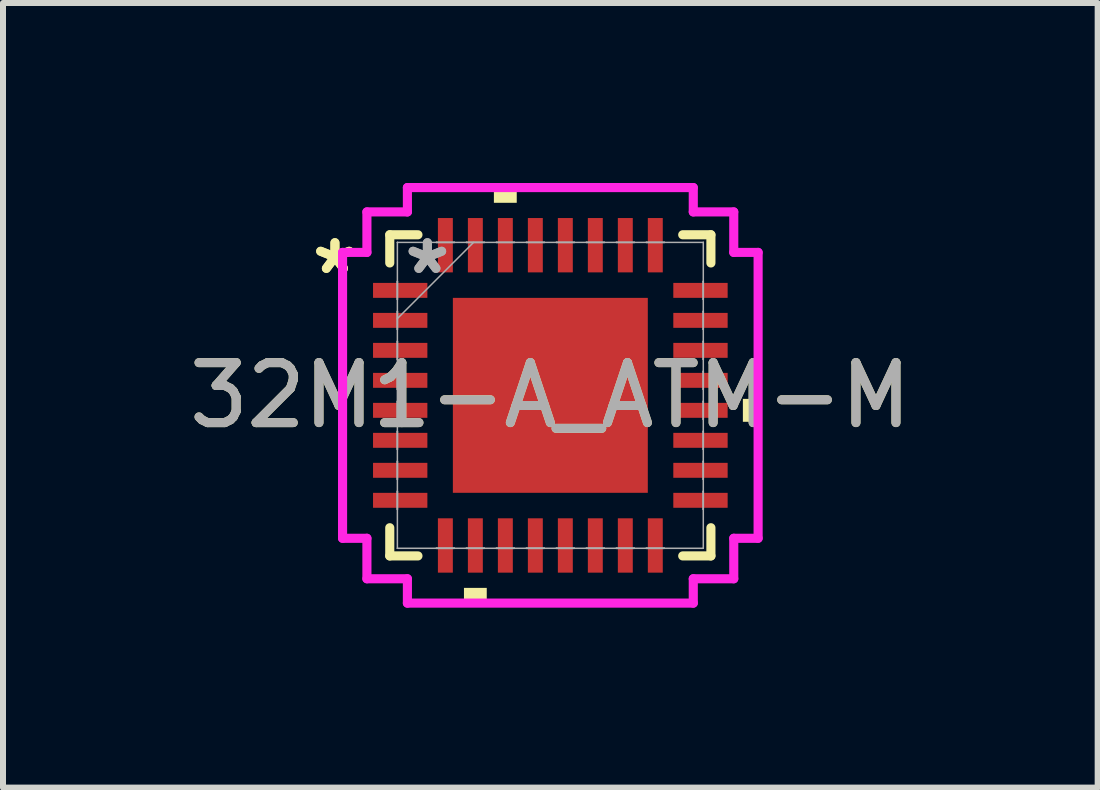
<source format=kicad_pcb>
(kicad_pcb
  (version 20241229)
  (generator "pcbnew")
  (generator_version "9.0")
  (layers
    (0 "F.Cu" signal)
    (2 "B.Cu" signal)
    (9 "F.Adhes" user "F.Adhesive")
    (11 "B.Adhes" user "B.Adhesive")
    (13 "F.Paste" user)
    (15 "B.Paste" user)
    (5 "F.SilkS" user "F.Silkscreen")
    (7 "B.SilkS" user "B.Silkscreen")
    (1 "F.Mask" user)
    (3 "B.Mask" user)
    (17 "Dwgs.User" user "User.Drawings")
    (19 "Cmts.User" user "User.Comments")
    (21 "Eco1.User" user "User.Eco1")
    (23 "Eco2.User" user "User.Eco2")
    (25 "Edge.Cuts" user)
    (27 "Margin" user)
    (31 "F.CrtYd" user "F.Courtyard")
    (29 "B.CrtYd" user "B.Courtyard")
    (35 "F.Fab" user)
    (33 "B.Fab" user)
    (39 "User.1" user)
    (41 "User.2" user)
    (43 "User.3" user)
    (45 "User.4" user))
  (footprint "32M1-A_ATM-M"
    (layer "F.Cu")
    (at 6.125 3.541)
    (property "Reference" "32M1-A_ATM-M" (at 0 0 0) (unlocked yes) (layer "F.SilkS") (effects (font (size 1 1) (thickness 0.15))))
    (attr smd)
    (fp_line (start -2.677 -2.677) (end -2.677 -2.207) (stroke (width 0.152) (type solid)) (layer "F.SilkS"))
    (fp_line (start -2.677 2.207) (end -2.677 2.677) (stroke (width 0.152) (type solid)) (layer "F.SilkS"))
    (fp_line (start -2.677 2.677) (end -2.207 2.677) (stroke (width 0.152) (type solid)) (layer "F.SilkS"))
    (fp_line (start -2.207 -2.677) (end -2.677 -2.677) (stroke (width 0.152) (type solid)) (layer "F.SilkS"))
    (fp_line (start 2.207 2.677) (end 2.677 2.677) (stroke (width 0.152) (type solid)) (layer "F.SilkS"))
    (fp_line (start 2.677 -2.677) (end 2.207 -2.677) (stroke (width 0.152) (type solid)) (layer "F.SilkS"))
    (fp_line (start 2.677 -2.207) (end 2.677 -2.677) (stroke (width 0.152) (type solid)) (layer "F.SilkS"))
    (fp_line (start 2.677 2.677) (end 2.677 2.207) (stroke (width 0.152) (type solid)) (layer "F.SilkS"))
    (fp_poly (pts (xy -1.44 3.21) (xy -1.44 3.464) (xy -1.06 3.464) (xy -1.06 3.21)) (stroke (width 0) (type solid)) (fill yes) (layer "F.SilkS"))
    (fp_poly (pts (xy -0.941 -3.21) (xy -0.941 -3.464) (xy -0.56 -3.464) (xy -0.56 -3.21)) (stroke (width 0) (type solid)) (fill yes) (layer "F.SilkS"))
    (fp_poly (pts (xy 3.464 0.059) (xy 3.464 0.441) (xy 3.21 0.441) (xy 3.21 0.059)) (stroke (width 0) (type solid)) (fill yes) (layer "F.SilkS"))
    (fp_poly (pts (xy -1.525 -1.525) (xy -1.525 -0.1) (xy -0.1 -0.1) (xy -0.1 -1.525)) (stroke (width 0) (type solid)) (fill yes) (layer "F.Paste"))
    (fp_poly (pts (xy -1.525 0.1) (xy -1.525 1.525) (xy -0.1 1.525) (xy -0.1 0.1)) (stroke (width 0) (type solid)) (fill yes) (layer "F.Paste"))
    (fp_poly (pts (xy 0.1 -1.525) (xy 0.1 -0.1) (xy 1.525 -0.1) (xy 1.525 -1.525)) (stroke (width 0) (type solid)) (fill yes) (layer "F.Paste"))
    (fp_poly (pts (xy 0.1 0.1) (xy 0.1 1.525) (xy 1.525 1.525) (xy 1.525 0.1)) (stroke (width 0) (type solid)) (fill yes) (layer "F.Paste"))
    (fp_line (start -3.464 -2.383) (end -3.058 -2.383) (stroke (width 0.152) (type solid)) (layer "F.CrtYd"))
    (fp_line (start -3.464 2.383) (end -3.464 -2.383) (stroke (width 0.152) (type solid)) (layer "F.CrtYd"))
    (fp_line (start -3.058 -3.058) (end -2.383 -3.058) (stroke (width 0.152) (type solid)) (layer "F.CrtYd"))
    (fp_line (start -3.058 -2.383) (end -3.058 -3.058) (stroke (width 0.152) (type solid)) (layer "F.CrtYd"))
    (fp_line (start -3.058 2.383) (end -3.464 2.383) (stroke (width 0.152) (type solid)) (layer "F.CrtYd"))
    (fp_line (start -3.058 3.058) (end -3.058 2.383) (stroke (width 0.152) (type solid)) (layer "F.CrtYd"))
    (fp_line (start -2.383 -3.464) (end 2.383 -3.464) (stroke (width 0.152) (type solid)) (layer "F.CrtYd"))
    (fp_line (start -2.383 -3.058) (end -2.383 -3.464) (stroke (width 0.152) (type solid)) (layer "F.CrtYd"))
    (fp_line (start -2.383 3.058) (end -3.058 3.058) (stroke (width 0.152) (type solid)) (layer "F.CrtYd"))
    (fp_line (start -2.383 3.464) (end -2.383 3.058) (stroke (width 0.152) (type solid)) (layer "F.CrtYd"))
    (fp_line (start 2.383 -3.464) (end 2.383 -3.058) (stroke (width 0.152) (type solid)) (layer "F.CrtYd"))
    (fp_line (start 2.383 -3.058) (end 3.058 -3.058) (stroke (width 0.152) (type solid)) (layer "F.CrtYd"))
    (fp_line (start 2.383 3.058) (end 2.383 3.464) (stroke (width 0.152) (type solid)) (layer "F.CrtYd"))
    (fp_line (start 2.383 3.464) (end -2.383 3.464) (stroke (width 0.152) (type solid)) (layer "F.CrtYd"))
    (fp_line (start 3.058 -3.058) (end 3.058 -2.383) (stroke (width 0.152) (type solid)) (layer "F.CrtYd"))
    (fp_line (start 3.058 -2.383) (end 3.464 -2.383) (stroke (width 0.152) (type solid)) (layer "F.CrtYd"))
    (fp_line (start 3.058 2.383) (end 3.058 3.058) (stroke (width 0.152) (type solid)) (layer "F.CrtYd"))
    (fp_line (start 3.058 3.058) (end 2.383 3.058) (stroke (width 0.152) (type solid)) (layer "F.CrtYd"))
    (fp_line (start 3.464 -2.383) (end 3.464 2.383) (stroke (width 0.152) (type solid)) (layer "F.CrtYd"))
    (fp_line (start 3.464 2.383) (end 3.058 2.383) (stroke (width 0.152) (type solid)) (layer "F.CrtYd"))
    (fp_line (start -2.55 -2.55) (end -2.55 -2.55) (stroke (width 0.025) (type solid)) (layer "F.Fab"))
    (fp_line (start -2.55 -2.55) (end -2.55 2.55) (stroke (width 0.025) (type solid)) (layer "F.Fab"))
    (fp_line (start -2.55 -1.9) (end -2.55 -1.9) (stroke (width 0.025) (type solid)) (layer "F.Fab"))
    (fp_line (start -2.55 -1.9) (end -2.55 -1.6) (stroke (width 0.025) (type solid)) (layer "F.Fab"))
    (fp_line (start -2.55 -1.6) (end -2.55 -1.9) (stroke (width 0.025) (type solid)) (layer "F.Fab"))
    (fp_line (start -2.55 -1.6) (end -2.55 -1.6) (stroke (width 0.025) (type solid)) (layer "F.Fab"))
    (fp_line (start -2.55 -1.4) (end -2.55 -1.4) (stroke (width 0.025) (type solid)) (layer "F.Fab"))
    (fp_line (start -2.55 -1.4) (end -2.55 -1.1) (stroke (width 0.025) (type solid)) (layer "F.Fab"))
    (fp_line (start -2.55 -1.28) (end -1.28 -2.55) (stroke (width 0.025) (type solid)) (layer "F.Fab"))
    (fp_line (start -2.55 -1.1) (end -2.55 -1.4) (stroke (width 0.025) (type solid)) (layer "F.Fab"))
    (fp_line (start -2.55 -1.1) (end -2.55 -1.1) (stroke (width 0.025) (type solid)) (layer "F.Fab"))
    (fp_line (start -2.55 -0.9) (end -2.55 -0.9) (stroke (width 0.025) (type solid)) (layer "F.Fab"))
    (fp_line (start -2.55 -0.9) (end -2.55 -0.6) (stroke (width 0.025) (type solid)) (layer "F.Fab"))
    (fp_line (start -2.55 -0.6) (end -2.55 -0.9) (stroke (width 0.025) (type solid)) (layer "F.Fab"))
    (fp_line (start -2.55 -0.6) (end -2.55 -0.6) (stroke (width 0.025) (type solid)) (layer "F.Fab"))
    (fp_line (start -2.55 -0.4) (end -2.55 -0.4) (stroke (width 0.025) (type solid)) (layer "F.Fab"))
    (fp_line (start -2.55 -0.4) (end -2.55 -0.1) (stroke (width 0.025) (type solid)) (layer "F.Fab"))
    (fp_line (start -2.55 -0.1) (end -2.55 -0.4) (stroke (width 0.025) (type solid)) (layer "F.Fab"))
    (fp_line (start -2.55 -0.1) (end -2.55 -0.1) (stroke (width 0.025) (type solid)) (layer "F.Fab"))
    (fp_line (start -2.55 0.1) (end -2.55 0.1) (stroke (width 0.025) (type solid)) (layer "F.Fab"))
    (fp_line (start -2.55 0.1) (end -2.55 0.4) (stroke (width 0.025) (type solid)) (layer "F.Fab"))
    (fp_line (start -2.55 0.4) (end -2.55 0.1) (stroke (width 0.025) (type solid)) (layer "F.Fab"))
    (fp_line (start -2.55 0.4) (end -2.55 0.4) (stroke (width 0.025) (type solid)) (layer "F.Fab"))
    (fp_line (start -2.55 0.6) (end -2.55 0.6) (stroke (width 0.025) (type solid)) (layer "F.Fab"))
    (fp_line (start -2.55 0.6) (end -2.55 0.9) (stroke (width 0.025) (type solid)) (layer "F.Fab"))
    (fp_line (start -2.55 0.9) (end -2.55 0.6) (stroke (width 0.025) (type solid)) (layer "F.Fab"))
    (fp_line (start -2.55 0.9) (end -2.55 0.9) (stroke (width 0.025) (type solid)) (layer "F.Fab"))
    (fp_line (start -2.55 1.1) (end -2.55 1.1) (stroke (width 0.025) (type solid)) (layer "F.Fab"))
    (fp_line (start -2.55 1.1) (end -2.55 1.4) (stroke (width 0.025) (type solid)) (layer "F.Fab"))
    (fp_line (start -2.55 1.4) (end -2.55 1.1) (stroke (width 0.025) (type solid)) (layer "F.Fab"))
    (fp_line (start -2.55 1.4) (end -2.55 1.4) (stroke (width 0.025) (type solid)) (layer "F.Fab"))
    (fp_line (start -2.55 1.6) (end -2.55 1.6) (stroke (width 0.025) (type solid)) (layer "F.Fab"))
    (fp_line (start -2.55 1.6) (end -2.55 1.9) (stroke (width 0.025) (type solid)) (layer "F.Fab"))
    (fp_line (start -2.55 1.9) (end -2.55 1.6) (stroke (width 0.025) (type solid)) (layer "F.Fab"))
    (fp_line (start -2.55 1.9) (end -2.55 1.9) (stroke (width 0.025) (type solid)) (layer "F.Fab"))
    (fp_line (start -2.55 2.55) (end -2.55 2.55) (stroke (width 0.025) (type solid)) (layer "F.Fab"))
    (fp_line (start -2.55 2.55) (end 2.55 2.55) (stroke (width 0.025) (type solid)) (layer "F.Fab"))
    (fp_line (start -1.9 -2.55) (end -1.9 -2.55) (stroke (width 0.025) (type solid)) (layer "F.Fab"))
    (fp_line (start -1.9 -2.55) (end -1.6 -2.55) (stroke (width 0.025) (type solid)) (layer "F.Fab"))
    (fp_line (start -1.9 2.55) (end -1.9 2.55) (stroke (width 0.025) (type solid)) (layer "F.Fab"))
    (fp_line (start -1.9 2.55) (end -1.6 2.55) (stroke (width 0.025) (type solid)) (layer "F.Fab"))
    (fp_line (start -1.6 -2.55) (end -1.9 -2.55) (stroke (width 0.025) (type solid)) (layer "F.Fab"))
    (fp_line (start -1.6 -2.55) (end -1.6 -2.55) (stroke (width 0.025) (type solid)) (layer "F.Fab"))
    (fp_line (start -1.6 2.55) (end -1.9 2.55) (stroke (width 0.025) (type solid)) (layer "F.Fab"))
    (fp_line (start -1.6 2.55) (end -1.6 2.55) (stroke (width 0.025) (type solid)) (layer "F.Fab"))
    (fp_line (start -1.4 -2.55) (end -1.4 -2.55) (stroke (width 0.025) (type solid)) (layer "F.Fab"))
    (fp_line (start -1.4 -2.55) (end -1.1 -2.55) (stroke (width 0.025) (type solid)) (layer "F.Fab"))
    (fp_line (start -1.4 2.55) (end -1.4 2.55) (stroke (width 0.025) (type solid)) (layer "F.Fab"))
    (fp_line (start -1.4 2.55) (end -1.1 2.55) (stroke (width 0.025) (type solid)) (layer "F.Fab"))
    (fp_line (start -1.1 -2.55) (end -1.4 -2.55) (stroke (width 0.025) (type solid)) (layer "F.Fab"))
    (fp_line (start -1.1 -2.55) (end -1.1 -2.55) (stroke (width 0.025) (type solid)) (layer "F.Fab"))
    (fp_line (start -1.1 2.55) (end -1.4 2.55) (stroke (width 0.025) (type solid)) (layer "F.Fab"))
    (fp_line (start -1.1 2.55) (end -1.1 2.55) (stroke (width 0.025) (type solid)) (layer "F.Fab"))
    (fp_line (start -0.9 -2.55) (end -0.9 -2.55) (stroke (width 0.025) (type solid)) (layer "F.Fab"))
    (fp_line (start -0.9 -2.55) (end -0.6 -2.55) (stroke (width 0.025) (type solid)) (layer "F.Fab"))
    (fp_line (start -0.9 2.55) (end -0.9 2.55) (stroke (width 0.025) (type solid)) (layer "F.Fab"))
    (fp_line (start -0.9 2.55) (end -0.6 2.55) (stroke (width 0.025) (type solid)) (layer "F.Fab"))
    (fp_line (start -0.6 -2.55) (end -0.9 -2.55) (stroke (width 0.025) (type solid)) (layer "F.Fab"))
    (fp_line (start -0.6 -2.55) (end -0.6 -2.55) (stroke (width 0.025) (type solid)) (layer "F.Fab"))
    (fp_line (start -0.6 2.55) (end -0.9 2.55) (stroke (width 0.025) (type solid)) (layer "F.Fab"))
    (fp_line (start -0.6 2.55) (end -0.6 2.55) (stroke (width 0.025) (type solid)) (layer "F.Fab"))
    (fp_line (start -0.4 -2.55) (end -0.4 -2.55) (stroke (width 0.025) (type solid)) (layer "F.Fab"))
    (fp_line (start -0.4 -2.55) (end -0.1 -2.55) (stroke (width 0.025) (type solid)) (layer "F.Fab"))
    (fp_line (start -0.4 2.55) (end -0.4 2.55) (stroke (width 0.025) (type solid)) (layer "F.Fab"))
    (fp_line (start -0.4 2.55) (end -0.1 2.55) (stroke (width 0.025) (type solid)) (layer "F.Fab"))
    (fp_line (start -0.1 -2.55) (end -0.4 -2.55) (stroke (width 0.025) (type solid)) (layer "F.Fab"))
    (fp_line (start -0.1 -2.55) (end -0.1 -2.55) (stroke (width 0.025) (type solid)) (layer "F.Fab"))
    (fp_line (start -0.1 2.55) (end -0.4 2.55) (stroke (width 0.025) (type solid)) (layer "F.Fab"))
    (fp_line (start -0.1 2.55) (end -0.1 2.55) (stroke (width 0.025) (type solid)) (layer "F.Fab"))
    (fp_line (start 0.1 -2.55) (end 0.1 -2.55) (stroke (width 0.025) (type solid)) (layer "F.Fab"))
    (fp_line (start 0.1 -2.55) (end 0.4 -2.55) (stroke (width 0.025) (type solid)) (layer "F.Fab"))
    (fp_line (start 0.1 2.55) (end 0.1 2.55) (stroke (width 0.025) (type solid)) (layer "F.Fab"))
    (fp_line (start 0.1 2.55) (end 0.4 2.55) (stroke (width 0.025) (type solid)) (layer "F.Fab"))
    (fp_line (start 0.4 -2.55) (end 0.1 -2.55) (stroke (width 0.025) (type solid)) (layer "F.Fab"))
    (fp_line (start 0.4 -2.55) (end 0.4 -2.55) (stroke (width 0.025) (type solid)) (layer "F.Fab"))
    (fp_line (start 0.4 2.55) (end 0.1 2.55) (stroke (width 0.025) (type solid)) (layer "F.Fab"))
    (fp_line (start 0.4 2.55) (end 0.4 2.55) (stroke (width 0.025) (type solid)) (layer "F.Fab"))
    (fp_line (start 0.6 -2.55) (end 0.6 -2.55) (stroke (width 0.025) (type solid)) (layer "F.Fab"))
    (fp_line (start 0.6 -2.55) (end 0.9 -2.55) (stroke (width 0.025) (type solid)) (layer "F.Fab"))
    (fp_line (start 0.6 2.55) (end 0.6 2.55) (stroke (width 0.025) (type solid)) (layer "F.Fab"))
    (fp_line (start 0.6 2.55) (end 0.9 2.55) (stroke (width 0.025) (type solid)) (layer "F.Fab"))
    (fp_line (start 0.9 -2.55) (end 0.6 -2.55) (stroke (width 0.025) (type solid)) (layer "F.Fab"))
    (fp_line (start 0.9 -2.55) (end 0.9 -2.55) (stroke (width 0.025) (type solid)) (layer "F.Fab"))
    (fp_line (start 0.9 2.55) (end 0.6 2.55) (stroke (width 0.025) (type solid)) (layer "F.Fab"))
    (fp_line (start 0.9 2.55) (end 0.9 2.55) (stroke (width 0.025) (type solid)) (layer "F.Fab"))
    (fp_line (start 1.1 -2.55) (end 1.1 -2.55) (stroke (width 0.025) (type solid)) (layer "F.Fab"))
    (fp_line (start 1.1 -2.55) (end 1.4 -2.55) (stroke (width 0.025) (type solid)) (layer "F.Fab"))
    (fp_line (start 1.1 2.55) (end 1.1 2.55) (stroke (width 0.025) (type solid)) (layer "F.Fab"))
    (fp_line (start 1.1 2.55) (end 1.4 2.55) (stroke (width 0.025) (type solid)) (layer "F.Fab"))
    (fp_line (start 1.4 -2.55) (end 1.1 -2.55) (stroke (width 0.025) (type solid)) (layer "F.Fab"))
    (fp_line (start 1.4 -2.55) (end 1.4 -2.55) (stroke (width 0.025) (type solid)) (layer "F.Fab"))
    (fp_line (start 1.4 2.55) (end 1.1 2.55) (stroke (width 0.025) (type solid)) (layer "F.Fab"))
    (fp_line (start 1.4 2.55) (end 1.4 2.55) (stroke (width 0.025) (type solid)) (layer "F.Fab"))
    (fp_line (start 1.6 -2.55) (end 1.6 -2.55) (stroke (width 0.025) (type solid)) (layer "F.Fab"))
    (fp_line (start 1.6 -2.55) (end 1.9 -2.55) (stroke (width 0.025) (type solid)) (layer "F.Fab"))
    (fp_line (start 1.6 2.55) (end 1.6 2.55) (stroke (width 0.025) (type solid)) (layer "F.Fab"))
    (fp_line (start 1.6 2.55) (end 1.9 2.55) (stroke (width 0.025) (type solid)) (layer "F.Fab"))
    (fp_line (start 1.9 -2.55) (end 1.6 -2.55) (stroke (width 0.025) (type solid)) (layer "F.Fab"))
    (fp_line (start 1.9 -2.55) (end 1.9 -2.55) (stroke (width 0.025) (type solid)) (layer "F.Fab"))
    (fp_line (start 1.9 2.55) (end 1.6 2.55) (stroke (width 0.025) (type solid)) (layer "F.Fab"))
    (fp_line (start 1.9 2.55) (end 1.9 2.55) (stroke (width 0.025) (type solid)) (layer "F.Fab"))
    (fp_line (start 2.55 -2.55) (end -2.55 -2.55) (stroke (width 0.025) (type solid)) (layer "F.Fab"))
    (fp_line (start 2.55 -2.55) (end 2.55 -2.55) (stroke (width 0.025) (type solid)) (layer "F.Fab"))
    (fp_line (start 2.55 -1.9) (end 2.55 -1.9) (stroke (width 0.025) (type solid)) (layer "F.Fab"))
    (fp_line (start 2.55 -1.9) (end 2.55 -1.6) (stroke (width 0.025) (type solid)) (layer "F.Fab"))
    (fp_line (start 2.55 -1.6) (end 2.55 -1.9) (stroke (width 0.025) (type solid)) (layer "F.Fab"))
    (fp_line (start 2.55 -1.6) (end 2.55 -1.6) (stroke (width 0.025) (type solid)) (layer "F.Fab"))
    (fp_line (start 2.55 -1.4) (end 2.55 -1.4) (stroke (width 0.025) (type solid)) (layer "F.Fab"))
    (fp_line (start 2.55 -1.4) (end 2.55 -1.1) (stroke (width 0.025) (type solid)) (layer "F.Fab"))
    (fp_line (start 2.55 -1.1) (end 2.55 -1.4) (stroke (width 0.025) (type solid)) (layer "F.Fab"))
    (fp_line (start 2.55 -1.1) (end 2.55 -1.1) (stroke (width 0.025) (type solid)) (layer "F.Fab"))
    (fp_line (start 2.55 -0.9) (end 2.55 -0.9) (stroke (width 0.025) (type solid)) (layer "F.Fab"))
    (fp_line (start 2.55 -0.9) (end 2.55 -0.6) (stroke (width 0.025) (type solid)) (layer "F.Fab"))
    (fp_line (start 2.55 -0.6) (end 2.55 -0.9) (stroke (width 0.025) (type solid)) (layer "F.Fab"))
    (fp_line (start 2.55 -0.6) (end 2.55 -0.6) (stroke (width 0.025) (type solid)) (layer "F.Fab"))
    (fp_line (start 2.55 -0.4) (end 2.55 -0.4) (stroke (width 0.025) (type solid)) (layer "F.Fab"))
    (fp_line (start 2.55 -0.4) (end 2.55 -0.1) (stroke (width 0.025) (type solid)) (layer "F.Fab"))
    (fp_line (start 2.55 -0.1) (end 2.55 -0.4) (stroke (width 0.025) (type solid)) (layer "F.Fab"))
    (fp_line (start 2.55 -0.1) (end 2.55 -0.1) (stroke (width 0.025) (type solid)) (layer "F.Fab"))
    (fp_line (start 2.55 0.1) (end 2.55 0.1) (stroke (width 0.025) (type solid)) (layer "F.Fab"))
    (fp_line (start 2.55 0.1) (end 2.55 0.4) (stroke (width 0.025) (type solid)) (layer "F.Fab"))
    (fp_line (start 2.55 0.4) (end 2.55 0.1) (stroke (width 0.025) (type solid)) (layer "F.Fab"))
    (fp_line (start 2.55 0.4) (end 2.55 0.4) (stroke (width 0.025) (type solid)) (layer "F.Fab"))
    (fp_line (start 2.55 0.6) (end 2.55 0.6) (stroke (width 0.025) (type solid)) (layer "F.Fab"))
    (fp_line (start 2.55 0.6) (end 2.55 0.9) (stroke (width 0.025) (type solid)) (layer "F.Fab"))
    (fp_line (start 2.55 0.9) (end 2.55 0.6) (stroke (width 0.025) (type solid)) (layer "F.Fab"))
    (fp_line (start 2.55 0.9) (end 2.55 0.9) (stroke (width 0.025) (type solid)) (layer "F.Fab"))
    (fp_line (start 2.55 1.1) (end 2.55 1.1) (stroke (width 0.025) (type solid)) (layer "F.Fab"))
    (fp_line (start 2.55 1.1) (end 2.55 1.4) (stroke (width 0.025) (type solid)) (layer "F.Fab"))
    (fp_line (start 2.55 1.4) (end 2.55 1.1) (stroke (width 0.025) (type solid)) (layer "F.Fab"))
    (fp_line (start 2.55 1.4) (end 2.55 1.4) (stroke (width 0.025) (type solid)) (layer "F.Fab"))
    (fp_line (start 2.55 1.6) (end 2.55 1.6) (stroke (width 0.025) (type solid)) (layer "F.Fab"))
    (fp_line (start 2.55 1.6) (end 2.55 1.9) (stroke (width 0.025) (type solid)) (layer "F.Fab"))
    (fp_line (start 2.55 1.9) (end 2.55 1.6) (stroke (width 0.025) (type solid)) (layer "F.Fab"))
    (fp_line (start 2.55 1.9) (end 2.55 1.9) (stroke (width 0.025) (type solid)) (layer "F.Fab"))
    (fp_line (start 2.55 2.55) (end 2.55 -2.55) (stroke (width 0.025) (type solid)) (layer "F.Fab"))
    (fp_line (start 2.55 2.55) (end 2.55 2.55) (stroke (width 0.025) (type solid)) (layer "F.Fab"))
    (fp_text user "*" (at -3.591 -2 0) (layer "F.SilkS") (effects (font (size 1 1) (thickness 0.15))))
    (fp_text user "*" (at -3.591 -2 0) (unlocked yes) (layer "F.SilkS") (effects (font (size 1 1) (thickness 0.15))))
    (fp_text user "${REFERENCE}" (at 0 0 0) (unlocked yes) (layer "F.Fab") (effects (font (size 1 1) (thickness 0.15))))
    (fp_text user "*" (at -2.05 -2 0) (unlocked yes) (layer "F.Fab") (effects (font (size 1 1) (thickness 0.15))))
    (fp_text user "*" (at -2.05 -2 0) (layer "F.Fab") (effects (font (size 1 1) (thickness 0.15))))
    (pad "1" smd rect (at -2.503 -1.75 90) (size 0.249 0.906) (layers "F.Cu" "F.Mask" "F.Paste"))
    (pad "2" smd rect (at -2.503 -1.25 90) (size 0.249 0.906) (layers "F.Cu" "F.Mask" "F.Paste"))
    (pad "3" smd rect (at -2.503 -0.75 90) (size 0.249 0.906) (layers "F.Cu" "F.Mask" "F.Paste"))
    (pad "4" smd rect (at -2.503 -0.25 90) (size 0.249 0.906) (layers "F.Cu" "F.Mask" "F.Paste"))
    (pad "5" smd rect (at -2.503 0.25 90) (size 0.249 0.906) (layers "F.Cu" "F.Mask" "F.Paste"))
    (pad "6" smd rect (at -2.503 0.75 90) (size 0.249 0.906) (layers "F.Cu" "F.Mask" "F.Paste"))
    (pad "7" smd rect (at -2.503 1.25 90) (size 0.249 0.906) (layers "F.Cu" "F.Mask" "F.Paste"))
    (pad "8" smd rect (at -2.503 1.75 90) (size 0.249 0.906) (layers "F.Cu" "F.Mask" "F.Paste"))
    (pad "9" smd rect (at -1.75 2.503) (size 0.249 0.906) (layers "F.Cu" "F.Mask" "F.Paste"))
    (pad "10" smd rect (at -1.25 2.503) (size 0.249 0.906) (layers "F.Cu" "F.Mask" "F.Paste"))
    (pad "11" smd rect (at -0.75 2.503) (size 0.249 0.906) (layers "F.Cu" "F.Mask" "F.Paste"))
    (pad "12" smd rect (at -0.25 2.503) (size 0.249 0.906) (layers "F.Cu" "F.Mask" "F.Paste"))
    (pad "13" smd rect (at 0.25 2.503) (size 0.249 0.906) (layers "F.Cu" "F.Mask" "F.Paste"))
    (pad "14" smd rect (at 0.75 2.503) (size 0.249 0.906) (layers "F.Cu" "F.Mask" "F.Paste"))
    (pad "15" smd rect (at 1.25 2.503) (size 0.249 0.906) (layers "F.Cu" "F.Mask" "F.Paste"))
    (pad "16" smd rect (at 1.75 2.503) (size 0.249 0.906) (layers "F.Cu" "F.Mask" "F.Paste"))
    (pad "17" smd rect (at 2.503 1.75 90) (size 0.249 0.906) (layers "F.Cu" "F.Mask" "F.Paste"))
    (pad "18" smd rect (at 2.503 1.25 90) (size 0.249 0.906) (layers "F.Cu" "F.Mask" "F.Paste"))
    (pad "19" smd rect (at 2.503 0.75 90) (size 0.249 0.906) (layers "F.Cu" "F.Mask" "F.Paste"))
    (pad "20" smd rect (at 2.503 0.25 90) (size 0.249 0.906) (layers "F.Cu" "F.Mask" "F.Paste"))
    (pad "21" smd rect (at 2.503 -0.25 90) (size 0.249 0.906) (layers "F.Cu" "F.Mask" "F.Paste"))
    (pad "22" smd rect (at 2.503 -0.75 90) (size 0.249 0.906) (layers "F.Cu" "F.Mask" "F.Paste"))
    (pad "23" smd rect (at 2.503 -1.25 90) (size 0.249 0.906) (layers "F.Cu" "F.Mask" "F.Paste"))
    (pad "24" smd rect (at 2.503 -1.75 90) (size 0.249 0.906) (layers "F.Cu" "F.Mask" "F.Paste"))
    (pad "25" smd rect (at 1.75 -2.503) (size 0.249 0.906) (layers "F.Cu" "F.Mask" "F.Paste"))
    (pad "26" smd rect (at 1.25 -2.503) (size 0.249 0.906) (layers "F.Cu" "F.Mask" "F.Paste"))
    (pad "27" smd rect (at 0.75 -2.503) (size 0.249 0.906) (layers "F.Cu" "F.Mask" "F.Paste"))
    (pad "28" smd rect (at 0.25 -2.503) (size 0.249 0.906) (layers "F.Cu" "F.Mask" "F.Paste"))
    (pad "29" smd rect (at -0.25 -2.503) (size 0.249 0.906) (layers "F.Cu" "F.Mask" "F.Paste"))
    (pad "30" smd rect (at -0.75 -2.503) (size 0.249 0.906) (layers "F.Cu" "F.Mask" "F.Paste"))
    (pad "31" smd rect (at -1.25 -2.503) (size 0.249 0.906) (layers "F.Cu" "F.Mask" "F.Paste"))
    (pad "32" smd rect (at -1.75 -2.503) (size 0.249 0.906) (layers "F.Cu" "F.Mask" "F.Paste"))
    (pad "33" smd rect (at 0 0) (size 3.25 3.25) (layers "F.Cu" "F.Mask" "F.Paste")))
  (gr_rect
    (start -3 -3)
    (end 15.25 10.081)
    (stroke (width 0.1) (type default))
    (fill no)
    (layer "Edge.Cuts")))
</source>
